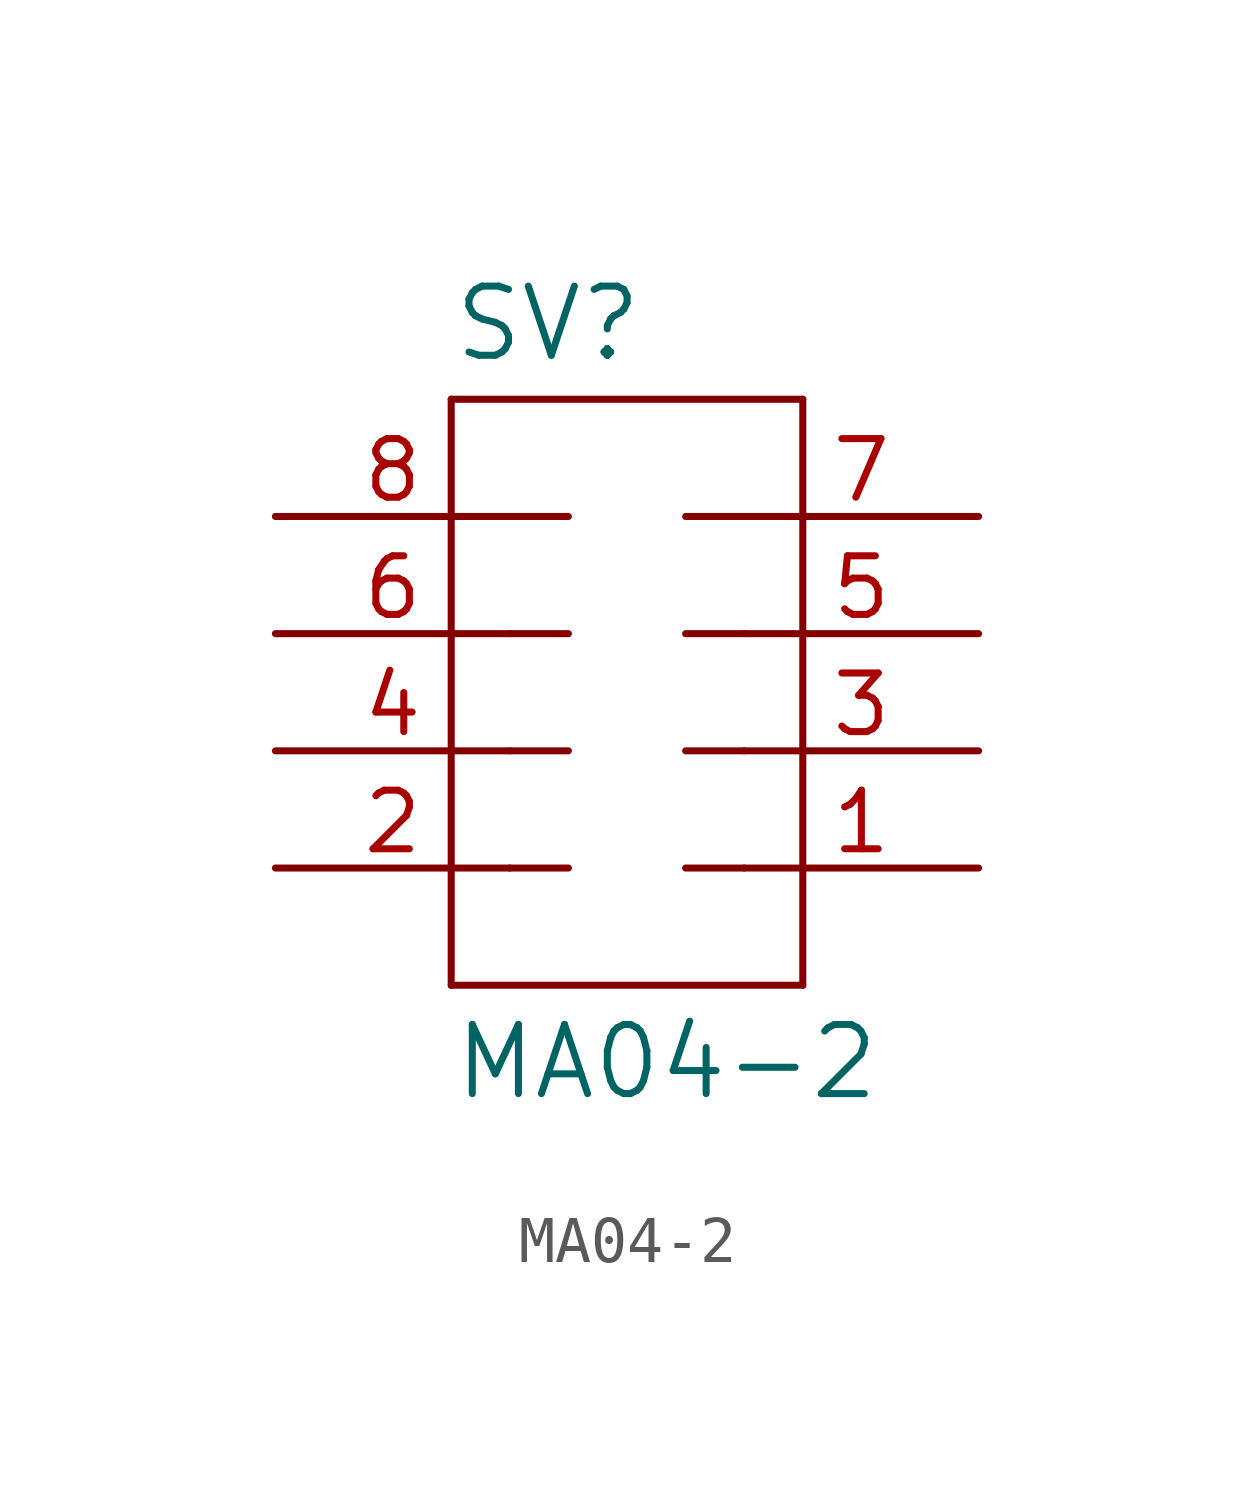
<source format=kicad_sym>
(kicad_symbol_lib
  (version 20211014)
  (generator kicad_symbol_editor)
  (symbol "MA04-2"
    (pin_names
      (offset 1.016))
    (property "Reference" "SV"
      (at -3.81 5.842 0)
      (effects (font (size 1.499 1.499)) (justify left bottom)))
    (property "Value" "MA04-2"
      (at -3.81 -10.16 0)
      (effects (font (size 1.499 1.499)) (justify left bottom)))
    (property "ki_locked" ""
      (at 0 0 0)
      (effects (font (size 1.27 1.27))))
    (symbol "MA04-2_1_0"
      (polyline (pts (xy -3.81 5.08) (xy -3.81 -7.62)) (stroke (width 0) (type default) (color 0 0 0 0)) (fill (type none)))
      (polyline (pts (xy -3.81 5.08) (xy 3.81 5.08)) (stroke (width 0) (type default) (color 0 0 0 0)) (fill (type none)))
      (polyline (pts (xy -2.54 -5.08) (xy -1.27 -5.08)) (stroke (width 0) (type default) (color 0 0 0 0)) (fill (type none)))
      (polyline (pts (xy -2.54 -2.54) (xy -1.27 -2.54)) (stroke (width 0) (type default) (color 0 0 0 0)) (fill (type none)))
      (polyline (pts (xy -2.54 0) (xy -1.27 0)) (stroke (width 0) (type default) (color 0 0 0 0)) (fill (type none)))
      (polyline (pts (xy -2.54 2.54) (xy -1.27 2.54)) (stroke (width 0) (type default) (color 0 0 0 0)) (fill (type none)))
      (polyline (pts (xy 1.27 -5.08) (xy 2.54 -5.08)) (stroke (width 0) (type default) (color 0 0 0 0)) (fill (type none)))
      (polyline (pts (xy 1.27 -2.54) (xy 2.54 -2.54)) (stroke (width 0) (type default) (color 0 0 0 0)) (fill (type none)))
      (polyline (pts (xy 1.27 0) (xy 2.54 0)) (stroke (width 0) (type default) (color 0 0 0 0)) (fill (type none)))
      (polyline (pts (xy 1.27 2.54) (xy 2.54 2.54)) (stroke (width 0) (type default) (color 0 0 0 0)) (fill (type none)))
      (polyline (pts (xy 3.81 -7.62) (xy -3.81 -7.62)) (stroke (width 0) (type default) (color 0 0 0 0)) (fill (type none)))
      (polyline (pts (xy 3.81 -7.62) (xy 3.81 5.08)) (stroke (width 0) (type default) (color 0 0 0 0)) (fill (type none)))
      (pin passive line (at 7.62 -5.08 180) (length 5.08) (name "1" (effects (font (size 0 0)))) (number "1" (effects (font (size 1.27 1.27)))))
      (pin passive line (at -7.62 -5.08 0) (length 5.08) (name "2" (effects (font (size 0 0)))) (number "2" (effects (font (size 1.27 1.27)))))
      (pin passive line (at 7.62 -2.54 180) (length 5.08) (name "3" (effects (font (size 0 0)))) (number "3" (effects (font (size 1.27 1.27)))))
      (pin passive line (at -7.62 -2.54 0) (length 5.08) (name "4" (effects (font (size 0 0)))) (number "4" (effects (font (size 1.27 1.27)))))
      (pin passive line (at 7.62 0 180) (length 5.08) (name "5" (effects (font (size 0 0)))) (number "5" (effects (font (size 1.27 1.27)))))
      (pin passive line (at -7.62 0 0) (length 5.08) (name "6" (effects (font (size 0 0)))) (number "6" (effects (font (size 1.27 1.27)))))
      (pin passive line (at 7.62 2.54 180) (length 5.08) (name "7" (effects (font (size 0 0)))) (number "7" (effects (font (size 1.27 1.27)))))
      (pin passive line (at -7.62 2.54 0) (length 5.08) (name "8" (effects (font (size 0 0)))) (number "8" (effects (font (size 1.27 1.27))))))))
</source>
